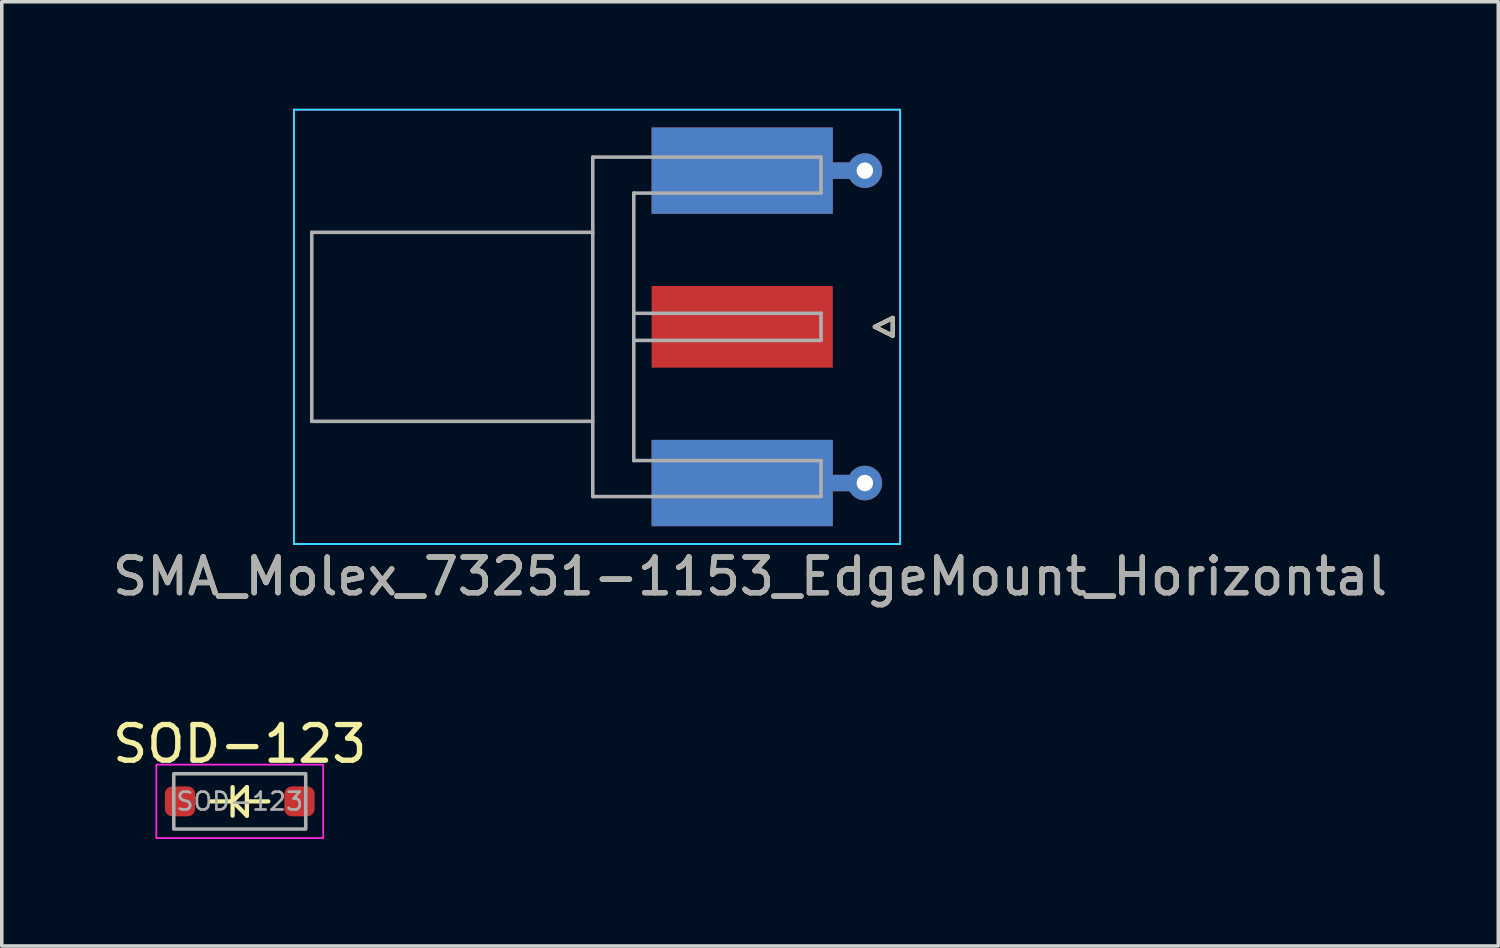
<source format=kicad_pcb>
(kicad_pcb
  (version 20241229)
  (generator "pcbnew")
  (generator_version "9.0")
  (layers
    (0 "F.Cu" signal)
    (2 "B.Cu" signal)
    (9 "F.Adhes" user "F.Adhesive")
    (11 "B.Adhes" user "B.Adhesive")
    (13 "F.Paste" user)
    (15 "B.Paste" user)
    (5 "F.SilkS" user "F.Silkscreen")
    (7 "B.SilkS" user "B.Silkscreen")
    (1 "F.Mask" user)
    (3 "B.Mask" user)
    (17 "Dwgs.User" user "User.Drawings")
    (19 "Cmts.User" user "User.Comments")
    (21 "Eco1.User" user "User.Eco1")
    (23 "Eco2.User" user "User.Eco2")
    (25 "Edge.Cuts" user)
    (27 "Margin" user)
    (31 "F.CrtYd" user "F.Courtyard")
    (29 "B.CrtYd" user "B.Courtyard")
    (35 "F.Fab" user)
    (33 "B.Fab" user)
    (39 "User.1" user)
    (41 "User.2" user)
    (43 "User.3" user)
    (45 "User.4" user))
  (footprint "SOD-123"
    (layer "F.Cu")
    (at 3.673 19.422)
    (property "Reference" "SOD-123" (at 0 -1.61 0) (unlocked yes) (layer "F.SilkS") (effects (font (size 1 1) (thickness 0.15))))
    (attr smd)
    (fp_line (start -0.8 0) (end -0.2 0) (stroke (width 0.12) (type default)) (layer "F.SilkS"))
    (fp_line (start -0.2 -0.4) (end -0.2 0.4) (stroke (width 0.12) (type default)) (layer "F.SilkS"))
    (fp_line (start 0.2 -0.4) (end -0.2 0) (stroke (width 0.12) (type default)) (layer "F.SilkS"))
    (fp_line (start 0.2 -0.4) (end 0.2 0.4) (stroke (width 0.12) (type default)) (layer "F.SilkS"))
    (fp_line (start 0.2 0) (end 0.8 0) (stroke (width 0.12) (type default)) (layer "F.SilkS"))
    (fp_line (start 0.2 0.4) (end -0.2 0) (stroke (width 0.12) (type default)) (layer "F.SilkS"))
    (fp_rect (start -2.34 -1.03) (end 2.34 1.03) (stroke (width 0.05) (type default)) (fill no) (layer "F.CrtYd"))
    (fp_rect (start -1.85 -0.775) (end 1.85 0.775) (stroke (width 0.1) (type default)) (fill no) (layer "F.Fab"))
    (fp_text user "${REFERENCE}" (at 0 0 0) (unlocked yes) (layer "F.Fab") (effects (font (size 0.5 0.5) (thickness 0.075))))
    (pad "1" smd roundrect (at -1.675 0) (size 0.85 0.84) (layers "F.Cu" "F.Mask" "F.Paste") (roundrect_rratio 0.25))
    (pad "2" smd roundrect (at 1.675 0) (size 0.85 0.84) (layers "F.Cu" "F.Mask" "F.Paste") (roundrect_rratio 0.25)))
  (footprint "SMA_Molex_73251-1153_EdgeMount_Horizontal"
    (layer "F.Cu")
    (at 19.482 6.115)
    (property "Reference" "SMA_Molex_73251-1153_EdgeMount_Horizontal" (at -1.5 7 0) (layer "F.SilkS") (effects (font (size 1 1) (thickness 0.15))))
    (attr smd)
    (fp_line (start 2 0) (end 2.5 -0.25) (stroke (width 0.12) (type solid)) (layer "F.SilkS"))
    (fp_line (start 2.5 -0.25) (end 2.5 0.25) (stroke (width 0.12) (type solid)) (layer "F.SilkS"))
    (fp_line (start 2.5 0.25) (end 2 0) (stroke (width 0.12) (type solid)) (layer "F.SilkS"))
    (fp_line (start -14.29 -6.09) (end -14.29 6.09) (stroke (width 0.05) (type solid)) (layer "B.CrtYd"))
    (fp_line (start -14.29 -6.09) (end 2.71 -6.09) (stroke (width 0.05) (type solid)) (layer "B.CrtYd"))
    (fp_line (start -14.29 6.09) (end 2.71 6.09) (stroke (width 0.05) (type solid)) (layer "B.CrtYd"))
    (fp_line (start 2.71 -6.09) (end 2.71 6.09) (stroke (width 0.05) (type solid)) (layer "B.CrtYd"))
    (fp_line (start -14.29 -6.09) (end -14.29 6.09) (stroke (width 0.05) (type solid)) (layer "F.CrtYd"))
    (fp_line (start -14.29 6.09) (end 2.71 6.09) (stroke (width 0.05) (type solid)) (layer "F.CrtYd"))
    (fp_line (start 2.71 -6.09) (end -14.29 -6.09) (stroke (width 0.05) (type solid)) (layer "F.CrtYd"))
    (fp_line (start 2.71 -6.09) (end 2.71 6.09) (stroke (width 0.05) (type solid)) (layer "F.CrtYd"))
    (fp_line (start -13.79 -2.65) (end -13.79 2.65) (stroke (width 0.1) (type solid)) (layer "F.Fab"))
    (fp_line (start -13.79 -2.65) (end -5.91 -2.65) (stroke (width 0.1) (type solid)) (layer "F.Fab"))
    (fp_line (start -13.79 2.65) (end -5.91 2.65) (stroke (width 0.1) (type solid)) (layer "F.Fab"))
    (fp_line (start -5.91 -4.76) (end -5.91 4.76) (stroke (width 0.1) (type solid)) (layer "F.Fab"))
    (fp_line (start -5.91 4.76) (end 0.49 4.76) (stroke (width 0.1) (type solid)) (layer "F.Fab"))
    (fp_line (start -4.76 -3.75) (end -4.76 3.75) (stroke (width 0.1) (type solid)) (layer "F.Fab"))
    (fp_line (start -4.76 -3.75) (end 0.49 -3.75) (stroke (width 0.1) (type solid)) (layer "F.Fab"))
    (fp_line (start -4.76 -0.38) (end 0.49 -0.38) (stroke (width 0.1) (type solid)) (layer "F.Fab"))
    (fp_line (start -4.76 0.38) (end 0.49 0.38) (stroke (width 0.1) (type solid)) (layer "F.Fab"))
    (fp_line (start -4.76 3.75) (end 0.49 3.75) (stroke (width 0.1) (type solid)) (layer "F.Fab"))
    (fp_line (start 0.49 -4.76) (end -5.91 -4.76) (stroke (width 0.1) (type solid)) (layer "F.Fab"))
    (fp_line (start 0.49 -4.76) (end 0.49 -3.75) (stroke (width 0.1) (type solid)) (layer "F.Fab"))
    (fp_line (start 0.49 -0.38) (end 0.49 0.38) (stroke (width 0.1) (type solid)) (layer "F.Fab"))
    (fp_line (start 0.49 3.75) (end 0.49 4.76) (stroke (width 0.1) (type solid)) (layer "F.Fab"))
    (fp_line (start 2 0) (end 2.5 0.25) (stroke (width 0.1) (type solid)) (layer "F.Fab"))
    (fp_line (start 2.5 -0.25) (end 2 0) (stroke (width 0.1) (type solid)) (layer "F.Fab"))
    (fp_line (start 2.5 0.25) (end 2.5 -0.25) (stroke (width 0.1) (type solid)) (layer "F.Fab"))
    (fp_text user "${REFERENCE}" (at -1.5 7 0) (layer "F.Fab") (effects (font (size 1 1) (thickness 0.15))))
    (pad "1" smd rect (at -1.72 0) (size 5.08 2.29) (layers "F.Cu" "F.Mask"))
    (pad "2" smd rect (at -1.72 -4.38) (size 5.08 2.42) (layers "F.Cu" "F.Mask"))
    (pad "2" smd rect (at -1.72 -4.38) (size 5.08 2.42) (layers "B.Cu" "B.Mask"))
    (pad "2" smd rect (at -1.72 4.38) (size 5.08 2.42) (layers "F.Cu" "F.Mask"))
    (pad "2" smd rect (at -1.72 4.38) (size 5.08 2.42) (layers "B.Cu" "B.Mask"))
    (pad "2" smd rect (at 1.27 -4.38) (size 0.95 0.46) (layers "F.Cu"))
    (pad "2" smd rect (at 1.27 -4.38) (size 0.95 0.46) (layers "B.Cu"))
    (pad "2" smd rect (at 1.27 4.38) (size 0.95 0.46) (layers "F.Cu"))
    (pad "2" smd rect (at 1.27 4.38) (size 0.95 0.46) (layers "B.Cu"))
    (pad "2" thru_hole circle (at 1.72 -4.38) (size 0.97 0.97) (drill 0.46) (layers "*.Cu"))
    (pad "2" thru_hole circle (at 1.72 4.38) (size 0.97 0.97) (drill 0.46) (layers "*.Cu")))
  (gr_rect
    (start -3 -3)
    (end 38.964 23.477)
    (stroke (width 0.1) (type default))
    (fill no)
    (layer "Edge.Cuts")))
</source>
